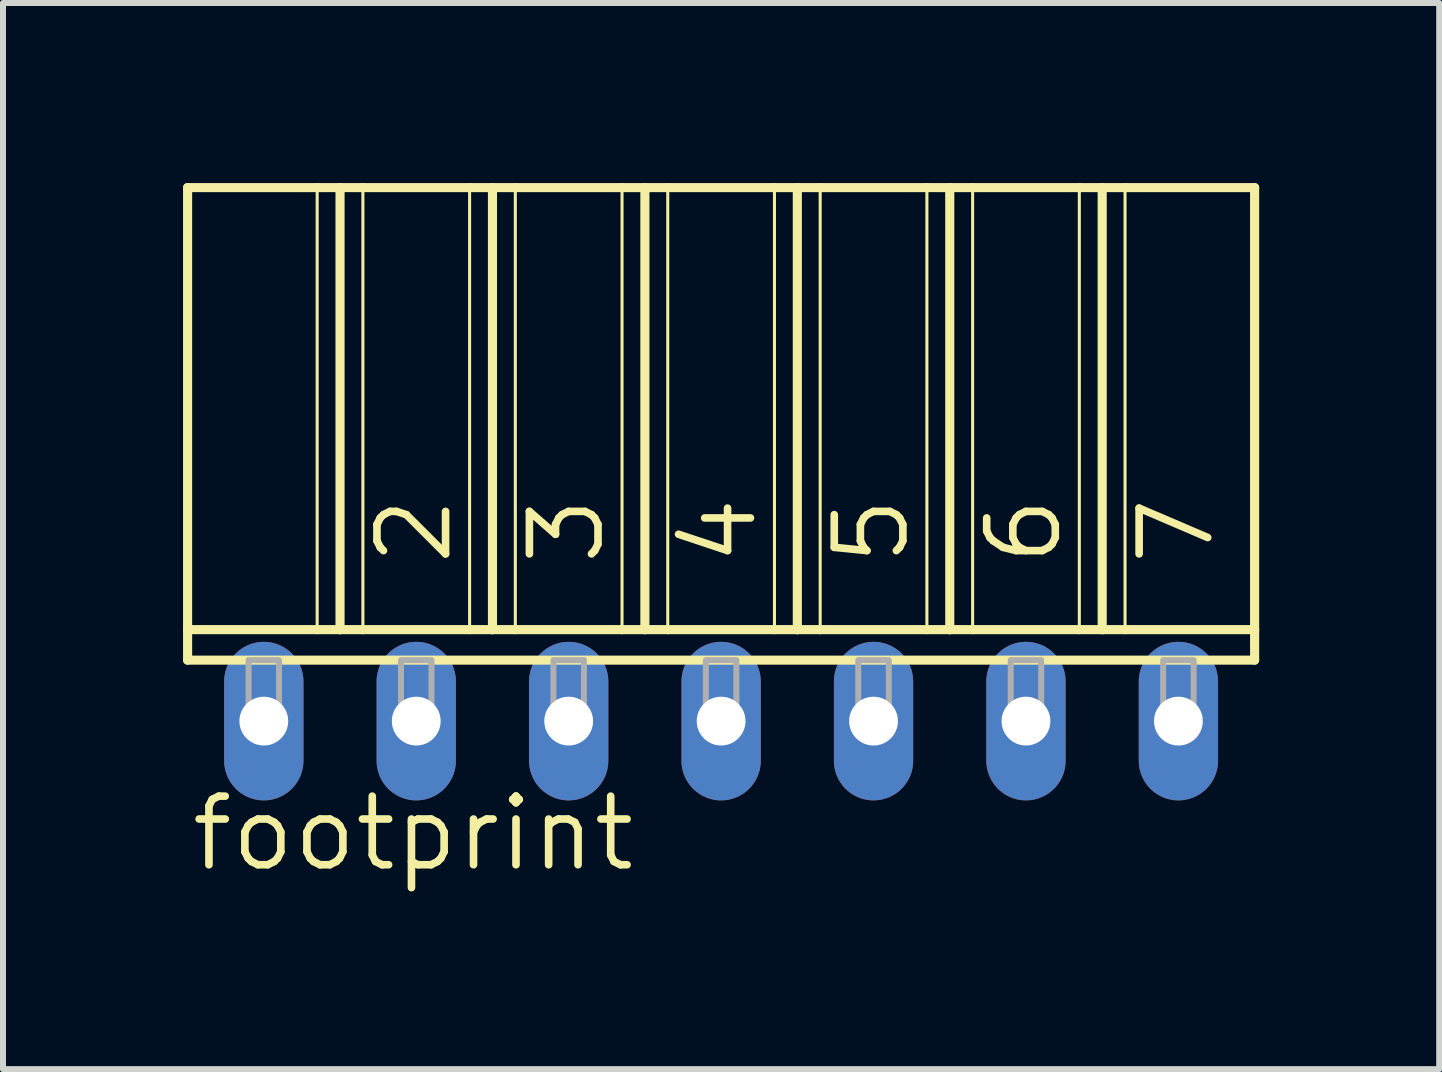
<source format=kicad_pcb>
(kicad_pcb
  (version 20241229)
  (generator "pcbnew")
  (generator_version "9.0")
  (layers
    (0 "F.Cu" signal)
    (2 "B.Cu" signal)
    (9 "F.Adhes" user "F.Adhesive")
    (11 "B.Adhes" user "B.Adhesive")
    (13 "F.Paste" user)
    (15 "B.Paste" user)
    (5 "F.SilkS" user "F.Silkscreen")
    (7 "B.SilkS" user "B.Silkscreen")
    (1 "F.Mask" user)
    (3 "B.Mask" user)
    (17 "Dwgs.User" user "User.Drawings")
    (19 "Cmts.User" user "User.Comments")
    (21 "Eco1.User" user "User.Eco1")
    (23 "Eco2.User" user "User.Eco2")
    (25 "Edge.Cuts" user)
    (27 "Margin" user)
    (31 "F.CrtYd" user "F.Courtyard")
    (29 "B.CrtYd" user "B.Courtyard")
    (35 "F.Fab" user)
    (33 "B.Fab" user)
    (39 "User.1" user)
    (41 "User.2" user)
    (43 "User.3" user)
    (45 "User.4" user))
  (footprint "footprint"
    (layer "F.Cu")
    (at 8.966 8.966)
    (property "Reference" "footprint" (at -8.89 2.54 0) (layer "F.SilkS") (effects (font (size 1.143 1.143) (thickness 0.127)) (justify left bottom)))
    (fp_line (start -8.89 -8.89) (end -6.731 -8.89) (stroke (width 0.152) (type solid)) (layer "F.SilkS"))
    (fp_line (start -8.89 -1.524) (end -8.89 -8.89) (stroke (width 0.152) (type solid)) (layer "F.SilkS"))
    (fp_line (start -8.89 -1.524) (end -6.731 -1.524) (stroke (width 0.152) (type solid)) (layer "F.SilkS"))
    (fp_line (start -8.89 -1.016) (end -8.89 -1.524) (stroke (width 0.152) (type solid)) (layer "F.SilkS"))
    (fp_line (start -8.89 -1.016) (end 8.89 -1.016) (stroke (width 0.152) (type solid)) (layer "F.SilkS"))
    (fp_line (start -6.731 -8.89) (end -6.731 -1.524) (stroke (width 0.051) (type solid)) (layer "F.SilkS"))
    (fp_line (start -6.731 -8.89) (end -6.35 -8.89) (stroke (width 0.152) (type solid)) (layer "F.SilkS"))
    (fp_line (start -6.731 -1.524) (end -6.35 -1.524) (stroke (width 0.152) (type solid)) (layer "F.SilkS"))
    (fp_line (start -6.35 -8.89) (end -6.35 -1.524) (stroke (width 0.152) (type solid)) (layer "F.SilkS"))
    (fp_line (start -6.35 -8.89) (end -5.969 -8.89) (stroke (width 0.152) (type solid)) (layer "F.SilkS"))
    (fp_line (start -6.35 -1.524) (end -5.969 -1.524) (stroke (width 0.152) (type solid)) (layer "F.SilkS"))
    (fp_line (start -5.969 -8.89) (end -5.969 -1.524) (stroke (width 0.051) (type solid)) (layer "F.SilkS"))
    (fp_line (start -5.969 -8.89) (end -4.191 -8.89) (stroke (width 0.152) (type solid)) (layer "F.SilkS"))
    (fp_line (start -5.969 -1.524) (end -4.191 -1.524) (stroke (width 0.152) (type solid)) (layer "F.SilkS"))
    (fp_line (start -4.191 -8.89) (end -4.191 -1.524) (stroke (width 0.051) (type solid)) (layer "F.SilkS"))
    (fp_line (start -4.191 -8.89) (end -3.81 -8.89) (stroke (width 0.152) (type solid)) (layer "F.SilkS"))
    (fp_line (start -4.191 -1.524) (end -3.81 -1.524) (stroke (width 0.152) (type solid)) (layer "F.SilkS"))
    (fp_line (start -3.81 -8.89) (end -3.81 -1.524) (stroke (width 0.152) (type solid)) (layer "F.SilkS"))
    (fp_line (start -3.81 -8.89) (end -3.429 -8.89) (stroke (width 0.152) (type solid)) (layer "F.SilkS"))
    (fp_line (start -3.81 -1.524) (end -3.429 -1.524) (stroke (width 0.152) (type solid)) (layer "F.SilkS"))
    (fp_line (start -3.429 -8.89) (end -3.429 -1.524) (stroke (width 0.051) (type solid)) (layer "F.SilkS"))
    (fp_line (start -3.429 -8.89) (end -1.651 -8.89) (stroke (width 0.152) (type solid)) (layer "F.SilkS"))
    (fp_line (start -3.429 -1.524) (end -1.651 -1.524) (stroke (width 0.152) (type solid)) (layer "F.SilkS"))
    (fp_line (start -1.651 -8.89) (end -1.651 -1.524) (stroke (width 0.051) (type solid)) (layer "F.SilkS"))
    (fp_line (start -1.651 -8.89) (end -1.27 -8.89) (stroke (width 0.152) (type solid)) (layer "F.SilkS"))
    (fp_line (start -1.651 -1.524) (end -1.27 -1.524) (stroke (width 0.152) (type solid)) (layer "F.SilkS"))
    (fp_line (start -1.27 -8.89) (end -1.27 -1.524) (stroke (width 0.152) (type solid)) (layer "F.SilkS"))
    (fp_line (start -1.27 -8.89) (end -0.889 -8.89) (stroke (width 0.152) (type solid)) (layer "F.SilkS"))
    (fp_line (start -1.27 -1.524) (end -0.889 -1.524) (stroke (width 0.152) (type solid)) (layer "F.SilkS"))
    (fp_line (start -0.889 -8.89) (end -0.889 -1.524) (stroke (width 0.051) (type solid)) (layer "F.SilkS"))
    (fp_line (start -0.889 -8.89) (end 0.889 -8.89) (stroke (width 0.152) (type solid)) (layer "F.SilkS"))
    (fp_line (start -0.889 -1.524) (end 0.889 -1.524) (stroke (width 0.152) (type solid)) (layer "F.SilkS"))
    (fp_line (start 0.889 -8.89) (end 0.889 -1.524) (stroke (width 0.051) (type solid)) (layer "F.SilkS"))
    (fp_line (start 0.889 -8.89) (end 1.27 -8.89) (stroke (width 0.152) (type solid)) (layer "F.SilkS"))
    (fp_line (start 0.889 -1.524) (end 1.27 -1.524) (stroke (width 0.152) (type solid)) (layer "F.SilkS"))
    (fp_line (start 1.27 -8.89) (end 1.27 -1.524) (stroke (width 0.152) (type solid)) (layer "F.SilkS"))
    (fp_line (start 1.27 -8.89) (end 1.651 -8.89) (stroke (width 0.152) (type solid)) (layer "F.SilkS"))
    (fp_line (start 1.27 -1.524) (end 1.651 -1.524) (stroke (width 0.152) (type solid)) (layer "F.SilkS"))
    (fp_line (start 1.651 -8.89) (end 1.651 -1.524) (stroke (width 0.051) (type solid)) (layer "F.SilkS"))
    (fp_line (start 1.651 -8.89) (end 3.429 -8.89) (stroke (width 0.152) (type solid)) (layer "F.SilkS"))
    (fp_line (start 1.651 -1.524) (end 3.429 -1.524) (stroke (width 0.152) (type solid)) (layer "F.SilkS"))
    (fp_line (start 3.429 -8.89) (end 3.429 -1.524) (stroke (width 0.051) (type solid)) (layer "F.SilkS"))
    (fp_line (start 3.429 -8.89) (end 3.81 -8.89) (stroke (width 0.152) (type solid)) (layer "F.SilkS"))
    (fp_line (start 3.429 -1.524) (end 3.81 -1.524) (stroke (width 0.152) (type solid)) (layer "F.SilkS"))
    (fp_line (start 3.81 -8.89) (end 3.81 -1.524) (stroke (width 0.152) (type solid)) (layer "F.SilkS"))
    (fp_line (start 3.81 -8.89) (end 4.191 -8.89) (stroke (width 0.152) (type solid)) (layer "F.SilkS"))
    (fp_line (start 3.81 -1.524) (end 4.191 -1.524) (stroke (width 0.152) (type solid)) (layer "F.SilkS"))
    (fp_line (start 4.191 -8.89) (end 4.191 -1.524) (stroke (width 0.051) (type solid)) (layer "F.SilkS"))
    (fp_line (start 4.191 -8.89) (end 5.969 -8.89) (stroke (width 0.152) (type solid)) (layer "F.SilkS"))
    (fp_line (start 4.191 -1.524) (end 5.969 -1.524) (stroke (width 0.152) (type solid)) (layer "F.SilkS"))
    (fp_line (start 5.969 -8.89) (end 5.969 -1.524) (stroke (width 0.051) (type solid)) (layer "F.SilkS"))
    (fp_line (start 5.969 -8.89) (end 6.35 -8.89) (stroke (width 0.152) (type solid)) (layer "F.SilkS"))
    (fp_line (start 5.969 -1.524) (end 6.35 -1.524) (stroke (width 0.152) (type solid)) (layer "F.SilkS"))
    (fp_line (start 6.35 -8.89) (end 6.35 -1.524) (stroke (width 0.152) (type solid)) (layer "F.SilkS"))
    (fp_line (start 6.35 -8.89) (end 6.731 -8.89) (stroke (width 0.152) (type solid)) (layer "F.SilkS"))
    (fp_line (start 6.35 -1.524) (end 6.731 -1.524) (stroke (width 0.152) (type solid)) (layer "F.SilkS"))
    (fp_line (start 6.731 -8.89) (end 6.731 -1.524) (stroke (width 0.051) (type solid)) (layer "F.SilkS"))
    (fp_line (start 6.731 -8.89) (end 8.89 -8.89) (stroke (width 0.152) (type solid)) (layer "F.SilkS"))
    (fp_line (start 6.731 -1.524) (end 8.89 -1.524) (stroke (width 0.152) (type solid)) (layer "F.SilkS"))
    (fp_line (start 8.89 -8.89) (end 8.89 -1.524) (stroke (width 0.152) (type solid)) (layer "F.SilkS"))
    (fp_line (start 8.89 -1.524) (end 8.89 -1.016) (stroke (width 0.152) (type solid)) (layer "F.SilkS"))
    (fp_poly (pts (xy -7.874 0) (xy -7.366 0) (xy -7.366 -1.016) (xy -7.874 -1.016)) (stroke (width 0.1) (type solid)) (fill no) (layer "F.Fab"))
    (fp_poly (pts (xy -5.334 0) (xy -4.826 0) (xy -4.826 -1.016) (xy -5.334 -1.016)) (stroke (width 0.1) (type solid)) (fill no) (layer "F.Fab"))
    (fp_poly (pts (xy -2.794 0) (xy -2.286 0) (xy -2.286 -1.016) (xy -2.794 -1.016)) (stroke (width 0.1) (type solid)) (fill no) (layer "F.Fab"))
    (fp_poly (pts (xy -0.254 0) (xy 0.254 0) (xy 0.254 -1.016) (xy -0.254 -1.016)) (stroke (width 0.1) (type solid)) (fill no) (layer "F.Fab"))
    (fp_poly (pts (xy 2.286 0) (xy 2.794 0) (xy 2.794 -1.016) (xy 2.286 -1.016)) (stroke (width 0.1) (type solid)) (fill no) (layer "F.Fab"))
    (fp_poly (pts (xy 4.826 0) (xy 5.334 0) (xy 5.334 -1.016) (xy 4.826 -1.016)) (stroke (width 0.1) (type solid)) (fill no) (layer "F.Fab"))
    (fp_poly (pts (xy 7.366 0) (xy 7.874 0) (xy 7.874 -1.016) (xy 7.366 -1.016)) (stroke (width 0.1) (type solid)) (fill no) (layer "F.Fab"))
    (fp_text user "4" (at 0.635 -2.54 90) (layer "F.SilkS") (effects (font (size 1.143 1.143) (thickness 0.127)) (justify left bottom)))
    (fp_text user "7" (at 8.255 -2.54 90) (layer "F.SilkS") (effects (font (size 1.143 1.143) (thickness 0.127)) (justify left bottom)))
    (fp_text user "2" (at -4.445 -2.54 90) (layer "F.SilkS") (effects (font (size 1.143 1.143) (thickness 0.127)) (justify left bottom)))
    (fp_text user "5" (at 3.175 -2.54 90) (layer "F.SilkS") (effects (font (size 1.143 1.143) (thickness 0.127)) (justify left bottom)))
    (fp_text user "6" (at 5.715 -2.54 90) (layer "F.SilkS") (effects (font (size 1.143 1.143) (thickness 0.127)) (justify left bottom)))
    (fp_text user "3" (at -1.905 -2.54 90) (layer "F.SilkS") (effects (font (size 1.143 1.143) (thickness 0.127)) (justify left bottom)))
    (pad "1" thru_hole oval (at -7.62 0 90) (size 2.642 1.321) (drill 0.813) (layers "*.Cu" "*.Mask"))
    (pad "2" thru_hole oval (at -5.08 0 90) (size 2.642 1.321) (drill 0.813) (layers "*.Cu" "*.Mask"))
    (pad "3" thru_hole oval (at -2.54 0 90) (size 2.642 1.321) (drill 0.813) (layers "*.Cu" "*.Mask"))
    (pad "4" thru_hole oval (at 0 0 90) (size 2.642 1.321) (drill 0.813) (layers "*.Cu" "*.Mask"))
    (pad "5" thru_hole oval (at 2.54 0 90) (size 2.642 1.321) (drill 0.813) (layers "*.Cu" "*.Mask"))
    (pad "6" thru_hole oval (at 5.08 0 90) (size 2.642 1.321) (drill 0.813) (layers "*.Cu" "*.Mask"))
    (pad "7" thru_hole oval (at 7.62 0 90) (size 2.642 1.321) (drill 0.813) (layers "*.Cu" "*.Mask")))
  (gr_rect
    (start -3 -3)
    (end 20.932 14.765)
    (stroke (width 0.1) (type default))
    (fill no)
    (layer "Edge.Cuts")))
</source>
